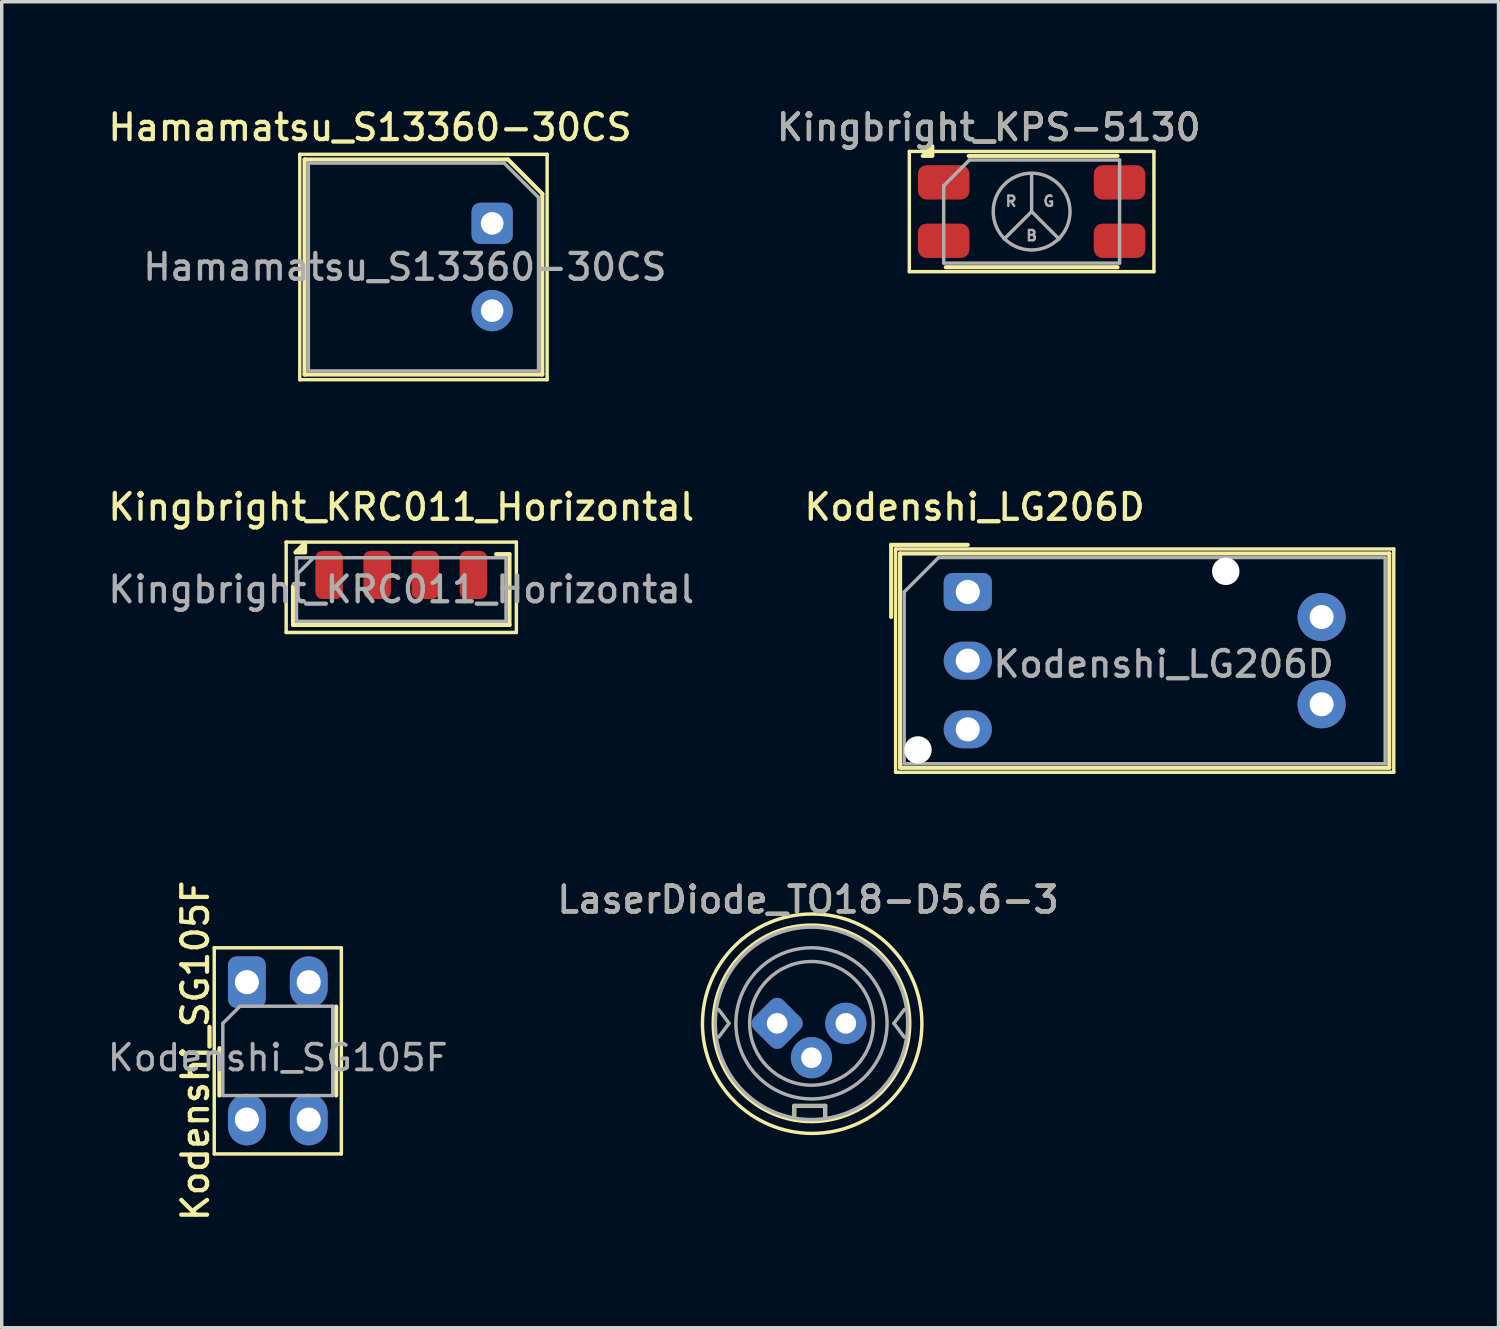
<source format=kicad_pcb>
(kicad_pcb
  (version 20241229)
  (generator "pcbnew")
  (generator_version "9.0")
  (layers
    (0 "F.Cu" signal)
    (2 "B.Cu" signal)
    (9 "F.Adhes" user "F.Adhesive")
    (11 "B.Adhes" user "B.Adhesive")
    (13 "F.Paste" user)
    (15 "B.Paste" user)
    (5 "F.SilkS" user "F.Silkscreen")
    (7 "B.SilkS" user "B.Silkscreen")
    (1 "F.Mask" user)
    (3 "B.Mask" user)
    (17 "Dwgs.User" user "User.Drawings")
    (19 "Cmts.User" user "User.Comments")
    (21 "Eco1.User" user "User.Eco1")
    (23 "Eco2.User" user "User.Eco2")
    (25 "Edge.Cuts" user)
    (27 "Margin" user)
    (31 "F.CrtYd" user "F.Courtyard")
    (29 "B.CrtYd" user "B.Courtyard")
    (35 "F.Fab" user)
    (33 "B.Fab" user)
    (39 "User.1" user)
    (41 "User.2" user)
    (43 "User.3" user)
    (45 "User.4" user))
  (footprint "Kingbright_KRC011_Horizontal"
    (layer "F.Cu")
    (at 8.63 14.11)
    (property "Reference" "Kingbright_KRC011_Horizontal" (at 0 -2.4 0) (layer "F.SilkS") (effects (font (size 0.75 0.75) (thickness 0.125))))
    (attr smd)
    (fp_line (start -3.35 -1.38) (end -3.35 1.25) (stroke (width 0.1) (type solid)) (layer "F.SilkS"))
    (fp_line (start -3.35 -1.38) (end 3.35 -1.38) (stroke (width 0.1) (type solid)) (layer "F.SilkS"))
    (fp_line (start -3.35 1.25) (end 3.35 1.25) (stroke (width 0.1) (type solid)) (layer "F.SilkS"))
    (fp_line (start -3.15 -0.1) (end -3.15 1.03) (stroke (width 0.12) (type solid)) (layer "F.SilkS"))
    (fp_line (start -3.15 1.03) (end 3.15 1.03) (stroke (width 0.12) (type solid)) (layer "F.SilkS"))
    (fp_line (start 3.15 -1.03) (end 2.76 -1.03) (stroke (width 0.12) (type solid)) (layer "F.SilkS"))
    (fp_line (start 3.15 -1.03) (end 3.15 1.03) (stroke (width 0.12) (type solid)) (layer "F.SilkS"))
    (fp_line (start 3.35 1.25) (end 3.35 -1.38) (stroke (width 0.1) (type solid)) (layer "F.SilkS"))
    (fp_poly (pts (xy -2.8 -1.08) (xy -3.08 -1.08) (xy -2.8 -1.36) (xy -2.8 -1.08)) (stroke (width 0.12) (type solid)) (fill yes) (layer "F.SilkS"))
    (fp_line (start -3.05 -0.925) (end 3.05 -0.925) (stroke (width 0.1) (type solid)) (layer "F.Fab"))
    (fp_line (start -3.05 -0.425) (end -2.55 -0.925) (stroke (width 0.1) (type solid)) (layer "F.Fab"))
    (fp_line (start -3.05 0.925) (end -3.05 -0.925) (stroke (width 0.1) (type solid)) (layer "F.Fab"))
    (fp_line (start 3.05 -0.925) (end 3.05 0.925) (stroke (width 0.1) (type solid)) (layer "F.Fab"))
    (fp_line (start 3.05 0.925) (end -3.05 0.925) (stroke (width 0.1) (type solid)) (layer "F.Fab"))
    (fp_text user "${REFERENCE}" (at 0 0 0) (layer "F.Fab") (effects (font (size 0.75 0.75) (thickness 0.125))))
    (pad "1" smd roundrect (at -2.1 -0.425) (size 0.8 1.4) (layers "F.Cu" "F.Mask" "F.Paste") (roundrect_rratio 0.25))
    (pad "2" smd roundrect (at -0.7 -0.425) (size 0.8 1.4) (layers "F.Cu" "F.Mask" "F.Paste") (roundrect_rratio 0.25))
    (pad "3" smd roundrect (at 0.7 -0.425) (size 0.8 1.4) (layers "F.Cu" "F.Mask" "F.Paste") (roundrect_rratio 0.25))
    (pad "4" smd roundrect (at 2.1 -0.425) (size 0.8 1.4) (layers "F.Cu" "F.Mask" "F.Paste") (roundrect_rratio 0.25)))
  (footprint "Kodenshi_LG206D"
    (layer "F.Cu")
    (at 25.12 14.18)
    (property "Reference" "Kodenshi_LG206D" (at 0.2 -2.47 0) (layer "F.SilkS") (effects (font (size 0.75 0.75) (thickness 0.125))))
    (attr through_hole)
    (fp_line (start -2.23 -1.37) (end 0 -1.37) (stroke (width 0.12) (type solid)) (layer "F.SilkS"))
    (fp_line (start -2.23 0.73) (end -2.23 -1.37) (stroke (width 0.12) (type solid)) (layer "F.SilkS"))
    (fp_line (start -2.1 -1.25) (end 12.4 -1.25) (stroke (width 0.1) (type solid)) (layer "F.SilkS"))
    (fp_line (start -2.1 5.25) (end -2.1 -1.25) (stroke (width 0.1) (type solid)) (layer "F.SilkS"))
    (fp_line (start -1.97 -1.12) (end 12.27 -1.12) (stroke (width 0.12) (type solid)) (layer "F.SilkS"))
    (fp_line (start -1.97 5.12) (end -1.97 -1.12) (stroke (width 0.12) (type solid)) (layer "F.SilkS"))
    (fp_line (start 12.27 -1.12) (end 12.27 5.12) (stroke (width 0.12) (type solid)) (layer "F.SilkS"))
    (fp_line (start 12.27 5.12) (end -1.97 5.12) (stroke (width 0.12) (type solid)) (layer "F.SilkS"))
    (fp_line (start 12.4 -1.25) (end 12.4 5.25) (stroke (width 0.1) (type solid)) (layer "F.SilkS"))
    (fp_line (start 12.4 5.25) (end -2.1 5.25) (stroke (width 0.1) (type solid)) (layer "F.SilkS"))
    (fp_line (start -1.85 0) (end -0.85 -1) (stroke (width 0.1) (type solid)) (layer "F.Fab"))
    (fp_line (start -1.85 5) (end -1.85 0) (stroke (width 0.1) (type solid)) (layer "F.Fab"))
    (fp_line (start -1.85 5) (end 12.15 5) (stroke (width 0.1) (type solid)) (layer "F.Fab"))
    (fp_line (start -0.85 -1) (end 12.15 -1) (stroke (width 0.1) (type solid)) (layer "F.Fab"))
    (fp_line (start 12.15 -1) (end 12.15 5) (stroke (width 0.1) (type solid)) (layer "F.Fab"))
    (fp_text user "${REFERENCE}" (at 5.7 2.1 0) (layer "F.Fab") (effects (font (size 0.75 0.75) (thickness 0.125))))
    (pad "" np_thru_hole circle (at -1.45 4.6) (size 0.8 0.8) (drill 0.8) (layers "*.Cu" "*.Mask"))
    (pad "" np_thru_hole circle (at 7.51 -0.6) (size 0.8 0.8) (drill 0.8) (layers "*.Cu" "*.Mask"))
    (pad "1" thru_hole roundrect (at 0 0) (size 1.4 1.1) (drill 0.7) (layers "*.Cu" "*.Mask") (roundrect_rratio 0.227))
    (pad "2" thru_hole oval (at 0 2) (size 1.4 1.1) (drill 0.7) (layers "*.Cu" "*.Mask"))
    (pad "3" thru_hole oval (at 0 4) (size 1.4 1.1) (drill 0.7) (layers "*.Cu" "*.Mask"))
    (pad "4" thru_hole circle (at 10.3 3.27) (size 1.4 1.4) (drill 0.7) (layers "*.Cu" "*.Mask"))
    (pad "5" thru_hole circle (at 10.3 0.73) (size 1.4 1.4) (drill 0.7) (layers "*.Cu" "*.Mask")))
  (footprint "Kodenshi_SG105F"
    (layer "F.Cu")
    (at 4.136 25.539)
    (property "Reference" "Kodenshi_SG105F" (at -1.5 2 90) (layer "F.SilkS") (effects (font (size 0.75 0.75) (thickness 0.125))))
    (attr through_hole)
    (fp_line (start -0.95 -1) (end -0.95 5) (stroke (width 0.1) (type solid)) (layer "F.SilkS"))
    (fp_line (start -0.95 -1) (end 2.75 -1) (stroke (width 0.1) (type solid)) (layer "F.SilkS"))
    (fp_line (start -0.8 1.92) (end -0.8 3.3) (stroke (width 0.12) (type solid)) (layer "F.SilkS"))
    (fp_line (start 2.6 3.3) (end 2.6 0.71) (stroke (width 0.12) (type solid)) (layer "F.SilkS"))
    (fp_line (start 2.75 5) (end -0.95 5) (stroke (width 0.1) (type solid)) (layer "F.SilkS"))
    (fp_line (start 2.75 5) (end 2.75 -1) (stroke (width 0.1) (type solid)) (layer "F.SilkS"))
    (fp_line (start -0.7 1.2) (end -0.2 0.7) (stroke (width 0.1) (type solid)) (layer "F.Fab"))
    (fp_line (start -0.7 3.3) (end -0.7 1.2) (stroke (width 0.1) (type solid)) (layer "F.Fab"))
    (fp_line (start -0.2 0.7) (end 2.5 0.7) (stroke (width 0.1) (type solid)) (layer "F.Fab"))
    (fp_line (start 2.5 0.7) (end 2.5 3.3) (stroke (width 0.1) (type solid)) (layer "F.Fab"))
    (fp_line (start 2.5 3.3) (end -0.7 3.3) (stroke (width 0.1) (type solid)) (layer "F.Fab"))
    (fp_text user "${REFERENCE}" (at 0.9 2.2 0) (layer "F.Fab") (effects (font (size 0.75 0.75) (thickness 0.11))))
    (pad "1" thru_hole roundrect (at 0 0) (size 1.1 1.5) (drill 0.7) (layers "*.Cu" "*.Mask") (roundrect_rratio 0.227))
    (pad "2" thru_hole oval (at 0 4) (size 1.1 1.5) (drill 0.7) (layers "*.Cu" "*.Mask"))
    (pad "3" thru_hole oval (at 1.8 4) (size 1.1 1.5) (drill 0.7) (layers "*.Cu" "*.Mask"))
    (pad "4" thru_hole oval (at 1.8 0) (size 1.1 1.5) (drill 0.7) (layers "*.Cu" "*.Mask")))
  (footprint "Kingbright_KPS-5130"
    (layer "F.Cu")
    (at 26.979 3.108)
    (property "Reference" "Kingbright_KPS-5130" (at -1.25 -2.45 0) (layer "F.SilkS") (effects (font (size 0.75 0.75) (thickness 0.125))))
    (attr smd)
    (fp_line (start -3.56 -1.75) (end -3.56 1.75) (stroke (width 0.1) (type solid)) (layer "F.SilkS"))
    (fp_line (start -3.56 -1.75) (end 3.56 -1.75) (stroke (width 0.1) (type solid)) (layer "F.SilkS"))
    (fp_line (start -1.83 -1.62) (end 2.5 -1.62) (stroke (width 0.12) (type solid)) (layer "F.SilkS"))
    (fp_line (start 2.5 1.62) (end -2.5 1.62) (stroke (width 0.12) (type solid)) (layer "F.SilkS"))
    (fp_line (start 3.56 1.75) (end -3.56 1.75) (stroke (width 0.1) (type solid)) (layer "F.SilkS"))
    (fp_line (start 3.56 1.75) (end 3.56 -1.75) (stroke (width 0.1) (type solid)) (layer "F.SilkS"))
    (fp_poly (pts (xy -2.89 -1.62) (xy -3.17 -1.62) (xy -2.89 -1.9) (xy -2.89 -1.62)) (stroke (width 0.12) (type solid)) (fill yes) (layer "F.SilkS"))
    (fp_line (start -2.56 -0.75) (end -2.56 1.5) (stroke (width 0.1) (type solid)) (layer "F.Fab"))
    (fp_line (start -2.56 -0.75) (end -1.81 -1.5) (stroke (width 0.1) (type solid)) (layer "F.Fab"))
    (fp_line (start -2.56 1.5) (end 2.56 1.5) (stroke (width 0.1) (type solid)) (layer "F.Fab"))
    (fp_line (start 0 0) (end -0.8 0.8) (stroke (width 0.1) (type solid)) (layer "F.Fab"))
    (fp_line (start 0 0) (end 0 -1.1) (stroke (width 0.1) (type solid)) (layer "F.Fab"))
    (fp_line (start 0 0) (end 0.8 0.8) (stroke (width 0.1) (type solid)) (layer "F.Fab"))
    (fp_line (start 2.56 -1.5) (end -1.81 -1.5) (stroke (width 0.1) (type solid)) (layer "F.Fab"))
    (fp_line (start 2.56 1.5) (end 2.56 -1.5) (stroke (width 0.1) (type solid)) (layer "F.Fab"))
    (fp_circle (center 0 0) (end 1 0.5) (stroke (width 0.1) (type solid)) (fill no) (layer "F.Fab"))
    (fp_text user "G" (at 0.5 -0.3 0) (layer "F.Fab") (effects (font (size 0.3 0.3) (thickness 0.07))))
    (fp_text user "B" (at 0 0.7 0) (layer "F.Fab") (effects (font (size 0.3 0.3) (thickness 0.07))))
    (fp_text user "${REFERENCE}" (at -1.25 -2.45 0) (layer "F.Fab") (effects (font (size 0.75 0.75) (thickness 0.125))))
    (fp_text user "R" (at -0.6 -0.3 0) (layer "F.Fab") (effects (font (size 0.3 0.3) (thickness 0.07))))
    (pad "1" smd roundrect (at -2.56 -0.85) (size 1.5 1) (layers "F.Cu" "F.Mask" "F.Paste") (roundrect_rratio 0.25))
    (pad "2" smd roundrect (at 2.56 -0.85) (size 1.5 1) (layers "F.Cu" "F.Mask" "F.Paste") (roundrect_rratio 0.25))
    (pad "3" smd roundrect (at -2.56 0.85) (size 1.5 1) (layers "F.Cu" "F.Mask" "F.Paste") (roundrect_rratio 0.25))
    (pad "4" smd roundrect (at 2.56 0.85) (size 1.5 1) (layers "F.Cu" "F.Mask" "F.Paste") (roundrect_rratio 0.25)))
  (footprint "LaserDiode_TO18-D5.6-3"
    (layer "F.Cu")
    (at 19.571 26.738)
    (property "Reference" "LaserDiode_TO18-D5.6-3" (at 0.9 -3.6 0) (layer "F.SilkS") (effects (font (size 0.75 0.75) (thickness 0.125))))
    (attr through_hole)
    (fp_line (start 0.5 2.4) (end 1.4 2.4) (stroke (width 0.12) (type solid)) (layer "F.SilkS"))
    (fp_line (start 0.5 2.8) (end 0.5 2.4) (stroke (width 0.12) (type solid)) (layer "F.SilkS"))
    (fp_line (start 1.4 2.4) (end 1.4 2.8) (stroke (width 0.12) (type solid)) (layer "F.SilkS"))
    (fp_circle (center 1 0) (end -1.85 0) (stroke (width 0.12) (type solid)) (fill no) (layer "F.SilkS"))
    (fp_circle (center 1.02 0.01) (end 3.85 1.49) (stroke (width 0.1) (type solid)) (fill no) (layer "F.SilkS"))
    (fp_line (start -1.4 0) (end -1.7 -0.4) (stroke (width 0.1) (type solid)) (layer "F.Fab"))
    (fp_line (start -1.4 0) (end -1.7 0.4) (stroke (width 0.1) (type solid)) (layer "F.Fab"))
    (fp_line (start 0.5 2.4) (end 1.4 2.4) (stroke (width 0.1) (type solid)) (layer "F.Fab"))
    (fp_line (start 0.5 2.7) (end 0.5 2.4) (stroke (width 0.1) (type solid)) (layer "F.Fab"))
    (fp_line (start 1.4 2.4) (end 1.4 2.7) (stroke (width 0.1) (type solid)) (layer "F.Fab"))
    (fp_line (start 3.4 0) (end 3.7 0.4) (stroke (width 0.1) (type solid)) (layer "F.Fab"))
    (fp_line (start 3.7 -0.4) (end 3.4 0) (stroke (width 0.1) (type solid)) (layer "F.Fab"))
    (fp_circle (center 1 0) (end -1.8 0) (stroke (width 0.1) (type solid)) (fill no) (layer "F.Fab"))
    (fp_circle (center 1 0) (end 2.8 0) (stroke (width 0.1) (type solid)) (fill no) (layer "F.Fab"))
    (fp_circle (center 1 0) (end 3.2 0) (stroke (width 0.1) (type solid)) (fill no) (layer "F.Fab"))
    (fp_text user "${REFERENCE}" (at 0.9 -3.6 0) (layer "F.Fab") (effects (font (size 0.75 0.75) (thickness 0.125))))
    (pad "1" thru_hole roundrect (at 0 0 45) (size 1.2 1.2) (drill 0.6) (layers "*.Cu" "*.Mask") (roundrect_rratio 0.208))
    (pad "2" thru_hole circle (at 1 1) (size 1.2 1.2) (drill 0.6) (layers "*.Cu" "*.Mask"))
    (pad "3" thru_hole circle (at 2 0) (size 1.2 1.2) (drill 0.6) (layers "*.Cu" "*.Mask")))
  (footprint "Hamamatsu_S13360-30CS"
    (layer "F.Cu")
    (at 11.276 3.452)
    (property "Reference" "Hamamatsu_S13360-30CS" (at -3.556 -2.794 0) (layer "F.SilkS") (effects (font (size 0.75 0.75) (thickness 0.125))))
    (attr through_hole)
    (fp_line (start -5.6 -2.01) (end -5.6 4.55) (stroke (width 0.1) (type solid)) (layer "F.SilkS"))
    (fp_line (start -5.6 -2.01) (end 1.6 -2.01) (stroke (width 0.1) (type solid)) (layer "F.SilkS"))
    (fp_line (start -5.46 -1.86) (end 0.46 -1.86) (stroke (width 0.12) (type solid)) (layer "F.SilkS"))
    (fp_line (start -5.46 4.4) (end -5.46 -1.86) (stroke (width 0.12) (type solid)) (layer "F.SilkS"))
    (fp_line (start 0.46 -1.86) (end 1.46 -0.86) (stroke (width 0.12) (type solid)) (layer "F.SilkS"))
    (fp_line (start 1.46 -0.86) (end 1.46 4.4) (stroke (width 0.12) (type solid)) (layer "F.SilkS"))
    (fp_line (start 1.46 4.4) (end -5.46 4.4) (stroke (width 0.12) (type solid)) (layer "F.SilkS"))
    (fp_line (start 1.6 4.55) (end -5.6 4.55) (stroke (width 0.1) (type solid)) (layer "F.SilkS"))
    (fp_line (start 1.6 4.55) (end 1.6 -2.01) (stroke (width 0.1) (type solid)) (layer "F.SilkS"))
    (fp_line (start -5.35 -1.755) (end 0.35 -1.755) (stroke (width 0.1) (type solid)) (layer "F.Fab"))
    (fp_line (start -5.35 4.295) (end -5.35 -1.755) (stroke (width 0.1) (type solid)) (layer "F.Fab"))
    (fp_line (start 0.35 -1.755) (end 1.35 -0.755) (stroke (width 0.1) (type solid)) (layer "F.Fab"))
    (fp_line (start 1.35 -0.755) (end 1.35 4.295) (stroke (width 0.1) (type solid)) (layer "F.Fab"))
    (fp_line (start 1.35 4.295) (end -5.35 4.295) (stroke (width 0.1) (type solid)) (layer "F.Fab"))
    (fp_text user "${REFERENCE}" (at -2.54 1.27 0) (layer "F.Fab") (effects (font (size 0.75 0.75) (thickness 0.125))))
    (pad "1" thru_hole roundrect (at 0 0) (size 1.2 1.2) (drill 0.66) (layers "*.Cu" "*.Mask") (roundrect_rratio 0.208))
    (pad "2" thru_hole circle (at 0 2.54) (size 1.2 1.2) (drill 0.66) (layers "*.Cu" "*.Mask")))
  (gr_rect
    (start -3 -3)
    (end 40.57 35.598)
    (stroke (width 0.1) (type default))
    (fill no)
    (layer "Edge.Cuts")))
</source>
